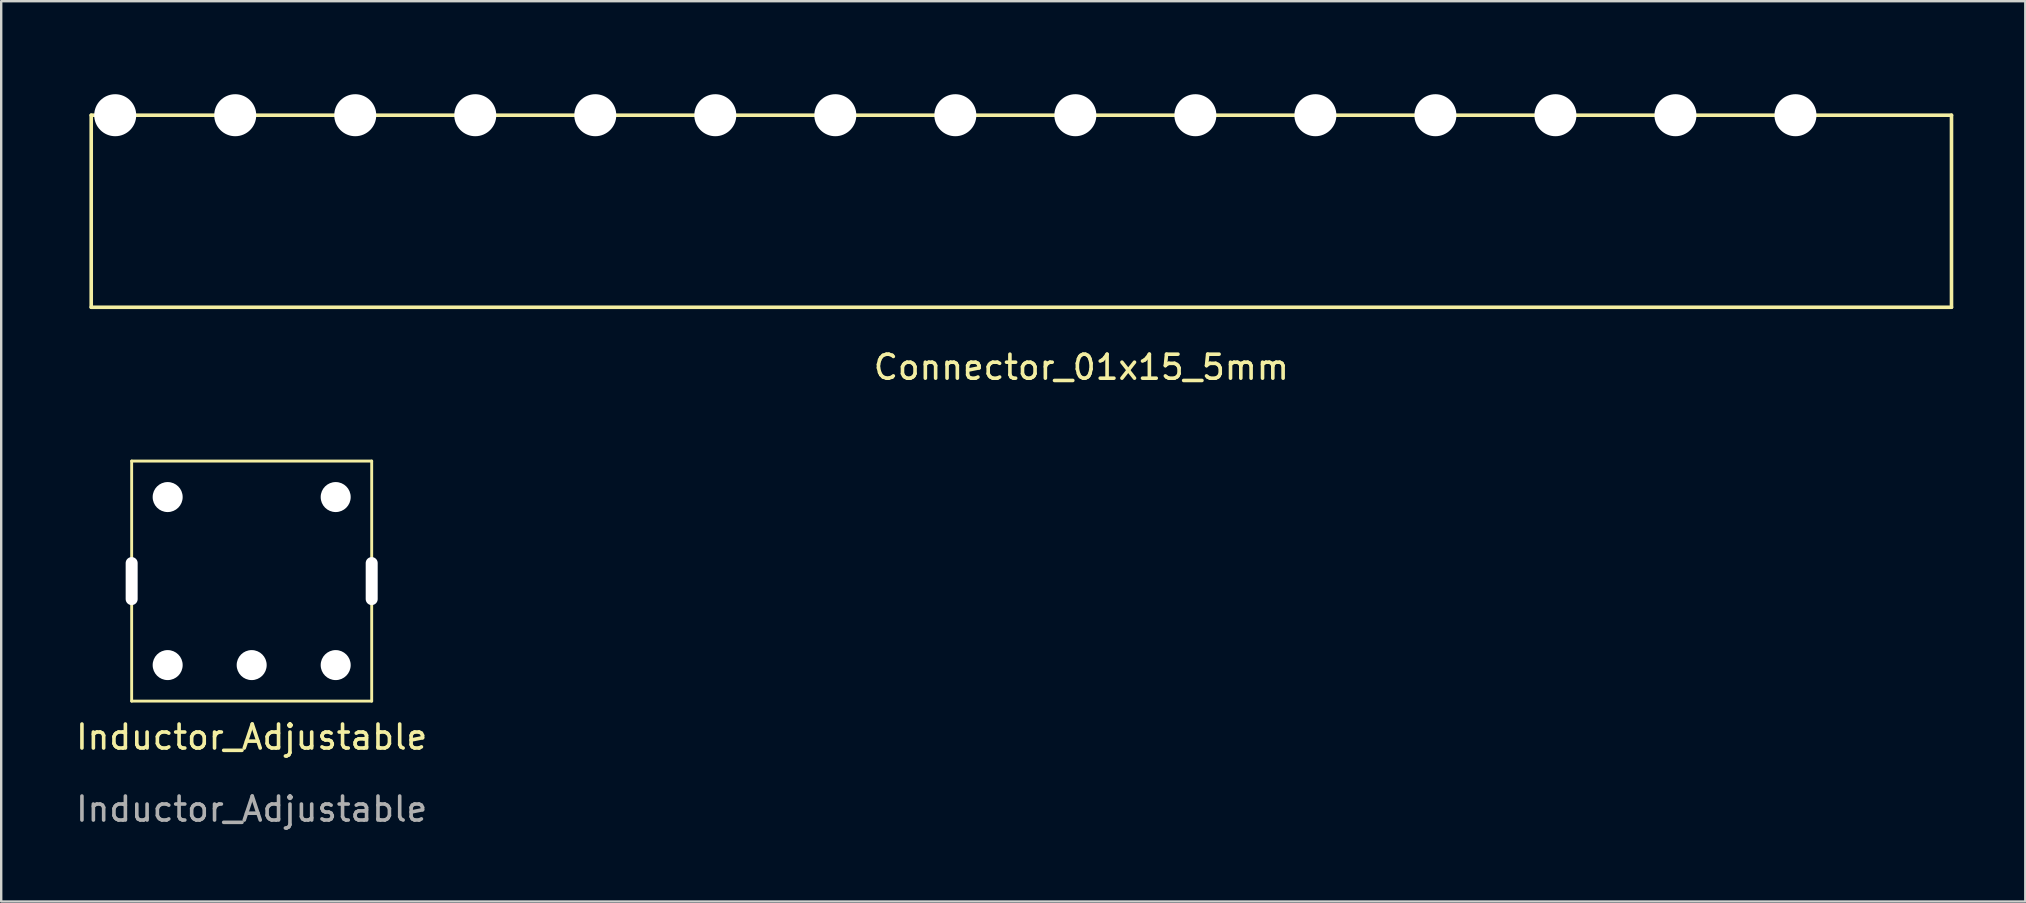
<source format=kicad_pcb>
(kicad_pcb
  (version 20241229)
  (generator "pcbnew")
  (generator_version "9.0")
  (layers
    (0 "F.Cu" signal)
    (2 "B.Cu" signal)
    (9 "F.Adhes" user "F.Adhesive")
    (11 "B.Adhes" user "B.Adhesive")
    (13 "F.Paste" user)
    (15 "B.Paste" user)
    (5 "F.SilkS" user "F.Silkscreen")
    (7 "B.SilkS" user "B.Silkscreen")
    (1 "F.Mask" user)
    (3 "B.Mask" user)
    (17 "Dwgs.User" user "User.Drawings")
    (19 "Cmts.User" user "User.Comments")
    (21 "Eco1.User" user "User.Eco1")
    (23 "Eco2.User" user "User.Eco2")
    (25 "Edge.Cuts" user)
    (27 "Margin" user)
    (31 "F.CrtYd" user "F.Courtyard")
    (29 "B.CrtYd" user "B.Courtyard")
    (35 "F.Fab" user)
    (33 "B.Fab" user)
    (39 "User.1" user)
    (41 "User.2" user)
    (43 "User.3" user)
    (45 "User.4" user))
  (footprint "Connector_01x15_5mm"
    (layer "F.Cu")
    (at 71.75 1.75)
    (property "Reference" "Connector_01x15_5mm" (at -29.75 10.5 0) (layer "F.SilkS") (effects (font (size 1 1) (thickness 0.15))))
    (attr through_hole)
    (fp_line (start -71 8) (end -71 0) (stroke (width 0.15) (type solid)) (layer "F.SilkS"))
    (fp_line (start -71 8) (end 6.5 8) (stroke (width 0.15) (type solid)) (layer "F.SilkS"))
    (fp_line (start 6.5 0) (end -71 0) (stroke (width 0.15) (type solid)) (layer "F.SilkS"))
    (fp_line (start 6.5 8) (end 6.5 0) (stroke (width 0.15) (type solid)) (layer "F.SilkS"))
    (pad "1" thru_hole circle (at 0 0 180) (size 3.5 3.5) (drill 1.75) (layers "*.Cu" "B.Mask") (remove_unused_layers yes) (zone_layer_connections))
    (pad "2" thru_hole circle (at -5 0 180) (size 3.5 3.5) (drill 1.75) (layers "*.Cu" "B.Mask") (remove_unused_layers yes) (zone_layer_connections))
    (pad "3" thru_hole circle (at -10 0 180) (size 3.5 3.5) (drill 1.75) (layers "*.Cu" "B.Mask") (remove_unused_layers yes) (zone_layer_connections))
    (pad "4" thru_hole circle (at -15 0 180) (size 3.5 3.5) (drill 1.75) (layers "*.Cu" "B.Mask") (remove_unused_layers yes) (zone_layer_connections))
    (pad "5" thru_hole circle (at -20 0 180) (size 3.5 3.5) (drill 1.75) (layers "*.Cu" "B.Mask") (remove_unused_layers yes) (zone_layer_connections))
    (pad "6" thru_hole circle (at -25 0 180) (size 3.5 3.5) (drill 1.75) (layers "*.Cu" "B.Mask") (remove_unused_layers yes) (zone_layer_connections))
    (pad "7" thru_hole circle (at -30 0 180) (size 3.5 3.5) (drill 1.75) (layers "*.Cu" "B.Mask") (remove_unused_layers yes) (zone_layer_connections))
    (pad "8" thru_hole circle (at -35 0 180) (size 3.5 3.5) (drill 1.75) (layers "*.Cu" "B.Mask") (remove_unused_layers yes) (zone_layer_connections))
    (pad "9" thru_hole circle (at -40 0 180) (size 3.5 3.5) (drill 1.75) (layers "*.Cu" "B.Mask") (remove_unused_layers yes) (zone_layer_connections))
    (pad "10" thru_hole circle (at -45 0 180) (size 3.5 3.5) (drill 1.75) (layers "*.Cu" "B.Mask") (remove_unused_layers yes) (zone_layer_connections))
    (pad "11" thru_hole circle (at -50 0 180) (size 3.5 3.5) (drill 1.75) (layers "*.Cu" "B.Mask") (remove_unused_layers yes) (zone_layer_connections))
    (pad "12" thru_hole circle (at -55 0 180) (size 3.5 3.5) (drill 1.75) (layers "*.Cu" "B.Mask") (remove_unused_layers yes) (zone_layer_connections))
    (pad "13" thru_hole circle (at -60 0 180) (size 3.5 3.5) (drill 1.75) (layers "*.Cu" "B.Mask") (remove_unused_layers yes) (zone_layer_connections))
    (pad "14" thru_hole circle (at -65 0 180) (size 3.5 3.5) (drill 1.75) (layers "*.Cu" "B.Mask") (remove_unused_layers yes) (zone_layer_connections))
    (pad "15" thru_hole circle (at -70 0 180) (size 3.5 3.5) (drill 1.75) (layers "*.Cu" "B.Mask") (remove_unused_layers yes) (zone_layer_connections)))
  (footprint "Inductor_Adjustable"
    (layer "F.Cu")
    (at 7.435 21.158)
    (property "Reference" "Inductor_Adjustable" (at 0 6.5 0) (unlocked yes) (layer "F.SilkS") (effects (font (size 1 1) (thickness 0.15))))
    (attr through_hole)
    (fp_line (start -5 -5) (end 5 -5) (stroke (width 0.12) (type solid)) (layer "F.SilkS"))
    (fp_line (start -5 5) (end -5 -5) (stroke (width 0.12) (type solid)) (layer "F.SilkS"))
    (fp_line (start 5 -5) (end 5 5) (stroke (width 0.12) (type solid)) (layer "F.SilkS"))
    (fp_line (start 5 5) (end -5 5) (stroke (width 0.12) (type solid)) (layer "F.SilkS"))
    (fp_circle (center -3.5 -3.5) (end -3 -3.5) (stroke (width 0.12) (type solid)) (fill no) (layer "Dwgs.User"))
    (fp_circle (center -3.5 3.5) (end -3 3.5) (stroke (width 0.12) (type solid)) (fill no) (layer "Dwgs.User"))
    (fp_circle (center 0 3.5) (end 0.5 3.5) (stroke (width 0.12) (type solid)) (fill no) (layer "Dwgs.User"))
    (fp_circle (center 3.5 -3.5) (end 4 -3.5) (stroke (width 0.12) (type solid)) (fill no) (layer "Dwgs.User"))
    (fp_circle (center 3.5 3.5) (end 4 3.5) (stroke (width 0.12) (type solid)) (fill no) (layer "Dwgs.User"))
    (fp_text user "${REFERENCE}" (at 0 9.5 0) (unlocked yes) (layer "F.Fab") (effects (font (size 1 1) (thickness 0.15))))
    (pad "1" thru_hole circle (at -3.5 3.5 135) (size 2 2) (drill 1.25) (layers "*.Cu" "*.Mask") (remove_unused_layers yes) (zone_layer_connections))
    (pad "2" thru_hole circle (at 3.5 3.5 45) (size 2 2) (drill 1.25) (layers "*.Cu" "*.Mask") (remove_unused_layers yes) (zone_layer_connections))
    (pad "3" thru_hole circle (at 0 3.5) (size 2 2) (drill 1.25) (layers "*.Cu" "*.Mask") (remove_unused_layers yes) (zone_layer_connections))
    (pad "4" thru_hole circle (at -3.5 -3.5 225) (size 2 2) (drill 1.25) (layers "*.Cu" "*.Mask") (remove_unused_layers yes) (zone_layer_connections))
    (pad "5" thru_hole circle (at 3.5 -3.5 135) (size 2 2) (drill 1.25) (layers "*.Cu" "*.Mask") (remove_unused_layers yes) (zone_layer_connections))
    (pad "6" thru_hole oval (at -5 0) (size 1 3) (drill oval 0.5 2) (layers "*.Cu" "*.Mask") (remove_unused_layers yes) (zone_layer_connections))
    (pad "6" thru_hole oval (at 5 0) (size 1 3) (drill oval 0.5 2) (layers "*.Cu" "*.Mask") (remove_unused_layers yes) (zone_layer_connections)))
  (gr_rect
    (start -3 -3)
    (end 81.325 34.507)
    (stroke (width 0.1) (type default))
    (fill no)
    (layer "Edge.Cuts")))
</source>
